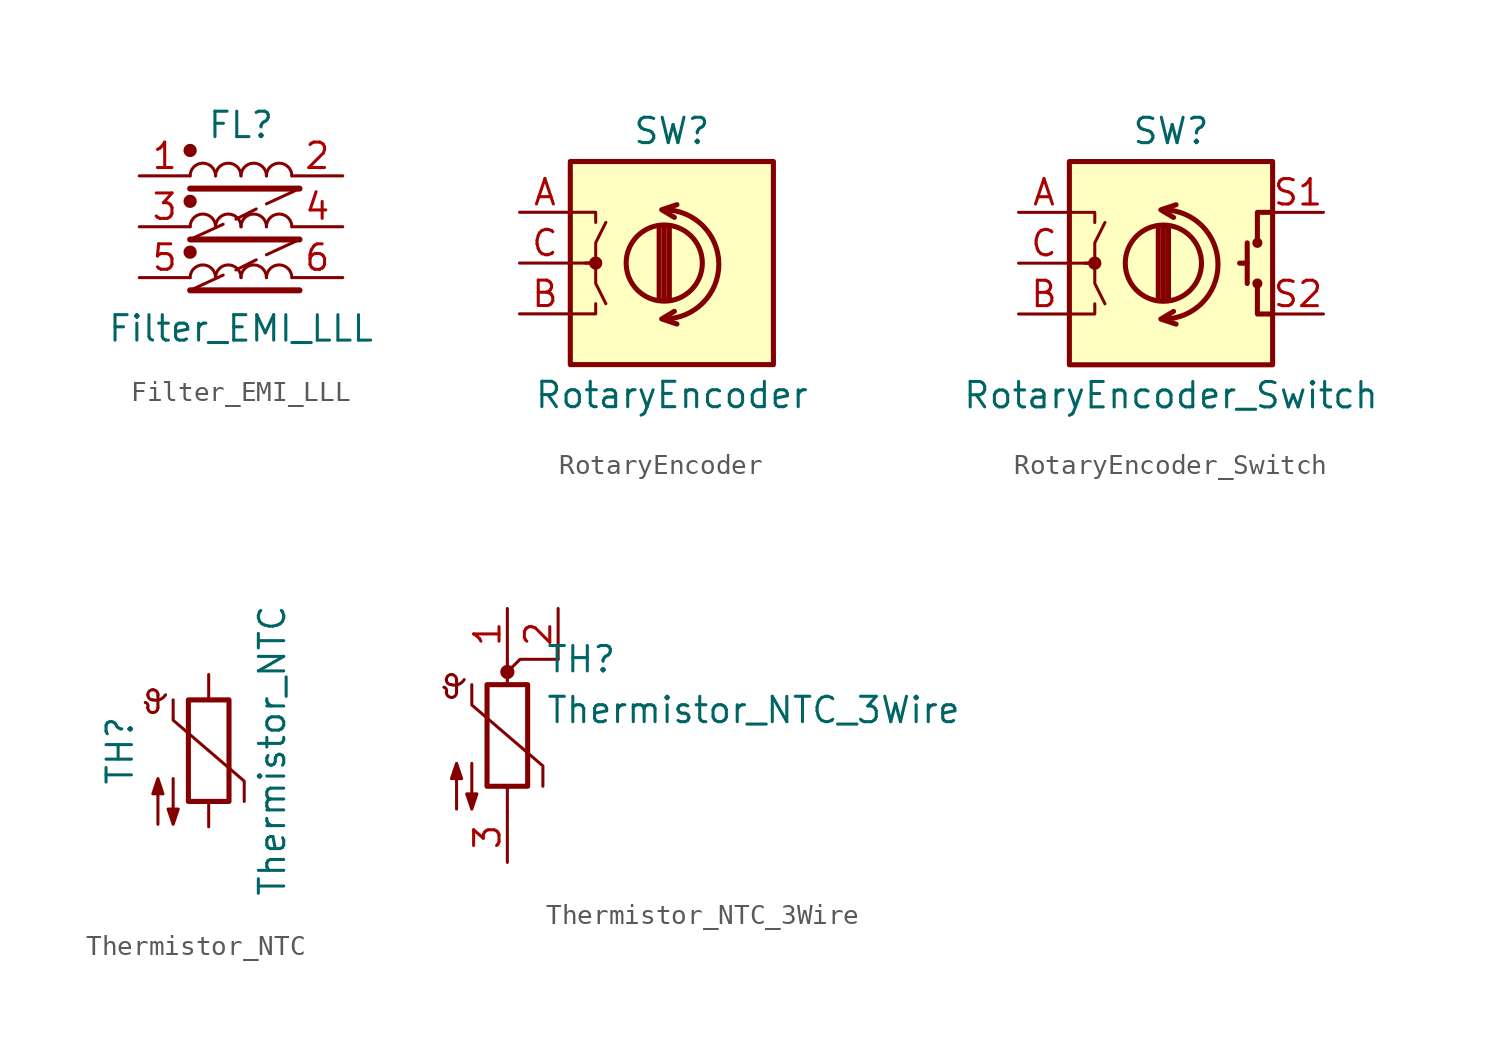
<source format=kicad_sym>
(kicad_symbol_lib
  (version 20211014)
  (generator kicad_symbol_editor)
  (symbol "Filter_EMI_LLL"
    (pin_names hide)
    (property "Reference" "FL"
      (at 0 5.08 0)
      (effects (font (size 1.27 1.27))))
    (property "Value" "Filter_EMI_LLL"
      (at 0 -5.08 0)
      (effects (font (size 1.27 1.27))))
    (symbol "Filter_EMI_LLL_0_1"
      (circle (center -2.54 -1.27) (radius 0.254) (stroke (width 0) (type default) (color 0 0 0 0)) (fill (type outline)))
      (circle (center -2.54 1.27) (radius 0.254) (stroke (width 0) (type default) (color 0 0 0 0)) (fill (type outline)))
      (circle (center -2.54 3.81) (radius 0.254) (stroke (width 0) (type default) (color 0 0 0 0)) (fill (type outline)))
      (arc (start -1.27 -2.54) (mid -1.905 -1.905) (end -2.54 -2.54) (stroke (width 0) (type default) (color 0 0 0 0)) (fill (type none)))
      (arc (start -1.27 0) (mid -1.905 0.635) (end -2.54 0) (stroke (width 0) (type default) (color 0 0 0 0)) (fill (type none)))
      (arc (start -1.27 2.54) (mid -1.905 3.175) (end -2.54 2.54) (stroke (width 0) (type default) (color 0 0 0 0)) (fill (type none)))
      (arc (start 0 -2.54) (mid -0.635 -1.905) (end -1.27 -2.54) (stroke (width 0) (type default) (color 0 0 0 0)) (fill (type none)))
      (arc (start 0 0) (mid -0.635 0.635) (end -1.27 0) (stroke (width 0) (type default) (color 0 0 0 0)) (fill (type none)))
      (polyline (pts (xy -2.54 -3.175) (xy 2.921 -3.175)) (stroke (width 0.3) (type default) (color 0 0 0 0)) (fill (type none)))
      (polyline (pts (xy -2.54 -0.635) (xy 2.921 -0.635)) (stroke (width 0.3) (type default) (color 0 0 0 0)) (fill (type none)))
      (polyline (pts (xy -2.54 1.905) (xy 2.921 1.905)) (stroke (width 0.3) (type default) (color 0 0 0 0)) (fill (type none)))
      (polyline (pts (xy -0.889 -2.413) (xy -2.54 -3.175)) (stroke (width 0.152) (type default) (color 0 0 0 0)) (fill (type none)))
      (polyline (pts (xy -0.889 0.127) (xy -2.54 -0.635)) (stroke (width 0.152) (type default) (color 0 0 0 0)) (fill (type none)))
      (polyline (pts (xy 0.762 -1.651) (xy -0.254 -2.159)) (stroke (width 0.152) (type default) (color 0 0 0 0)) (fill (type none)))
      (polyline (pts (xy 0.762 0.889) (xy -0.254 0.381)) (stroke (width 0.152) (type default) (color 0 0 0 0)) (fill (type none)))
      (polyline (pts (xy 2.921 -0.635) (xy 1.27 -1.397)) (stroke (width 0.152) (type default) (color 0 0 0 0)) (fill (type none)))
      (polyline (pts (xy 2.921 1.905) (xy 1.27 1.143)) (stroke (width 0.152) (type default) (color 0 0 0 0)) (fill (type none)))
      (arc (start 0 2.54) (mid -0.635 3.175) (end -1.27 2.54) (stroke (width 0) (type default) (color 0 0 0 0)) (fill (type none)))
      (arc (start 1.27 -2.54) (mid 0.635 -1.905) (end 0 -2.54) (stroke (width 0) (type default) (color 0 0 0 0)) (fill (type none)))
      (arc (start 1.27 0) (mid 0.635 0.635) (end 0 0) (stroke (width 0) (type default) (color 0 0 0 0)) (fill (type none)))
      (arc (start 1.27 2.54) (mid 0.635 3.175) (end 0 2.54) (stroke (width 0) (type default) (color 0 0 0 0)) (fill (type none)))
      (arc (start 2.54 -2.54) (mid 1.905 -1.905) (end 1.27 -2.54) (stroke (width 0) (type default) (color 0 0 0 0)) (fill (type none)))
      (arc (start 2.54 0) (mid 1.905 0.635) (end 1.27 0) (stroke (width 0) (type default) (color 0 0 0 0)) (fill (type none)))
      (arc (start 2.54 2.54) (mid 1.905 3.175) (end 1.27 2.54) (stroke (width 0) (type default) (color 0 0 0 0)) (fill (type none))))
    (symbol "Filter_EMI_LLL_1_1"
      (pin passive line (at -5.08 2.54 0) (length 2.54) (name "1" (effects (font (size 1.27 1.27)))) (number "1" (effects (font (size 1.27 1.27)))))
      (pin passive line (at 5.08 2.54 180) (length 2.54) (name "2" (effects (font (size 1.27 1.27)))) (number "2" (effects (font (size 1.27 1.27)))))
      (pin passive line (at -5.08 0 0) (length 2.54) (name "3" (effects (font (size 1.27 1.27)))) (number "3" (effects (font (size 1.27 1.27)))))
      (pin passive line (at 5.08 0 180) (length 2.54) (name "4" (effects (font (size 1.27 1.27)))) (number "4" (effects (font (size 1.27 1.27)))))
      (pin passive line (at -5.08 -2.54 0) (length 2.54) (name "5" (effects (font (size 1.27 1.27)))) (number "5" (effects (font (size 1.27 1.27)))))
      (pin passive line (at 5.08 -2.54 180) (length 2.54) (name "6" (effects (font (size 1.27 1.27)))) (number "6" (effects (font (size 1.27 1.27)))))))
  (symbol "RotaryEncoder"
    (pin_names
      (offset 0.254) hide)
    (property "Reference" "SW"
      (at 0 6.604 0)
      (effects (font (size 1.27 1.27))))
    (property "Value" "RotaryEncoder"
      (at 0 -6.604 0)
      (effects (font (size 1.27 1.27))))
    (symbol "RotaryEncoder_0_1"
      (rectangle (start -5.08 5.08) (end 5.08 -5.08) (stroke (width 0.254) (type default) (color 0 0 0 0)) (fill (type background)))
      (circle (center -3.81 0) (radius 0.254) (stroke (width 0) (type default) (color 0 0 0 0)) (fill (type outline)))
      (arc (start -0.381 -2.794) (mid 2.3622 -0.0508) (end -0.381 2.667) (stroke (width 0.254) (type default) (color 0 0 0 0)) (fill (type none)))
      (circle (center -0.381 0) (radius 1.905) (stroke (width 0.254) (type default) (color 0 0 0 0)) (fill (type none)))
      (polyline (pts (xy -0.635 -1.778) (xy -0.635 1.778)) (stroke (width 0.254) (type default) (color 0 0 0 0)) (fill (type none)))
      (polyline (pts (xy -0.381 -1.778) (xy -0.381 1.778)) (stroke (width 0.254) (type default) (color 0 0 0 0)) (fill (type none)))
      (polyline (pts (xy -0.127 1.778) (xy -0.127 -1.778)) (stroke (width 0.254) (type default) (color 0 0 0 0)) (fill (type none)))
      (polyline (pts (xy -5.08 -2.54) (xy -3.81 -2.54) (xy -3.81 -2.032)) (stroke (width 0) (type default) (color 0 0 0 0)) (fill (type none)))
      (polyline (pts (xy -5.08 2.54) (xy -3.81 2.54) (xy -3.81 2.032)) (stroke (width 0) (type default) (color 0 0 0 0)) (fill (type none)))
      (polyline (pts (xy 0.254 -3.048) (xy -0.508 -2.794) (xy 0.127 -2.413)) (stroke (width 0.254) (type default) (color 0 0 0 0)) (fill (type none)))
      (polyline (pts (xy 0.254 2.921) (xy -0.508 2.667) (xy 0.127 2.286)) (stroke (width 0.254) (type default) (color 0 0 0 0)) (fill (type none)))
      (polyline (pts (xy -5.08 0) (xy -3.81 0) (xy -3.81 -1.016) (xy -3.302 -2.032)) (stroke (width 0) (type default) (color 0 0 0 0)) (fill (type none)))
      (polyline (pts (xy -4.318 0) (xy -3.81 0) (xy -3.81 1.016) (xy -3.302 2.032)) (stroke (width 0) (type default) (color 0 0 0 0)) (fill (type none))))
    (symbol "RotaryEncoder_1_1"
      (pin passive line (at -7.62 2.54 0) (length 2.54) (name "A" (effects (font (size 1.27 1.27)))) (number "A" (effects (font (size 1.27 1.27)))))
      (pin passive line (at -7.62 -2.54 0) (length 2.54) (name "B" (effects (font (size 1.27 1.27)))) (number "B" (effects (font (size 1.27 1.27)))))
      (pin passive line (at -7.62 0 0) (length 2.54) (name "C" (effects (font (size 1.27 1.27)))) (number "C" (effects (font (size 1.27 1.27)))))))
  (symbol "RotaryEncoder_Switch"
    (pin_names
      (offset 0.254) hide)
    (property "Reference" "SW"
      (at 0 6.604 0)
      (effects (font (size 1.27 1.27))))
    (property "Value" "RotaryEncoder_Switch"
      (at 0 -6.604 0)
      (effects (font (size 1.27 1.27))))
    (symbol "RotaryEncoder_Switch_0_1"
      (rectangle (start -5.08 5.08) (end 5.08 -5.08) (stroke (width 0.254) (type default) (color 0 0 0 0)) (fill (type background)))
      (circle (center -3.81 0) (radius 0.254) (stroke (width 0) (type default) (color 0 0 0 0)) (fill (type outline)))
      (arc (start -0.381 -2.794) (mid 2.3622 -0.0508) (end -0.381 2.667) (stroke (width 0.254) (type default) (color 0 0 0 0)) (fill (type none)))
      (circle (center -0.381 0) (radius 1.905) (stroke (width 0.254) (type default) (color 0 0 0 0)) (fill (type none)))
      (polyline (pts (xy -0.635 -1.778) (xy -0.635 1.778)) (stroke (width 0.254) (type default) (color 0 0 0 0)) (fill (type none)))
      (polyline (pts (xy -0.381 -1.778) (xy -0.381 1.778)) (stroke (width 0.254) (type default) (color 0 0 0 0)) (fill (type none)))
      (polyline (pts (xy -0.127 1.778) (xy -0.127 -1.778)) (stroke (width 0.254) (type default) (color 0 0 0 0)) (fill (type none)))
      (polyline (pts (xy 3.81 0) (xy 3.429 0)) (stroke (width 0.254) (type default) (color 0 0 0 0)) (fill (type none)))
      (polyline (pts (xy 3.81 1.016) (xy 3.81 -1.016)) (stroke (width 0.254) (type default) (color 0 0 0 0)) (fill (type none)))
      (polyline (pts (xy -5.08 -2.54) (xy -3.81 -2.54) (xy -3.81 -2.032)) (stroke (width 0) (type default) (color 0 0 0 0)) (fill (type none)))
      (polyline (pts (xy -5.08 2.54) (xy -3.81 2.54) (xy -3.81 2.032)) (stroke (width 0) (type default) (color 0 0 0 0)) (fill (type none)))
      (polyline (pts (xy 0.254 -3.048) (xy -0.508 -2.794) (xy 0.127 -2.413)) (stroke (width 0.254) (type default) (color 0 0 0 0)) (fill (type none)))
      (polyline (pts (xy 0.254 2.921) (xy -0.508 2.667) (xy 0.127 2.286)) (stroke (width 0.254) (type default) (color 0 0 0 0)) (fill (type none)))
      (polyline (pts (xy 5.08 -2.54) (xy 4.318 -2.54) (xy 4.318 -1.016)) (stroke (width 0.254) (type default) (color 0 0 0 0)) (fill (type none)))
      (polyline (pts (xy 5.08 2.54) (xy 4.318 2.54) (xy 4.318 1.016)) (stroke (width 0.254) (type default) (color 0 0 0 0)) (fill (type none)))
      (polyline (pts (xy -5.08 0) (xy -3.81 0) (xy -3.81 -1.016) (xy -3.302 -2.032)) (stroke (width 0) (type default) (color 0 0 0 0)) (fill (type none)))
      (polyline (pts (xy -4.318 0) (xy -3.81 0) (xy -3.81 1.016) (xy -3.302 2.032)) (stroke (width 0) (type default) (color 0 0 0 0)) (fill (type none)))
      (circle (center 4.318 -1.016) (radius 0.127) (stroke (width 0.254) (type default) (color 0 0 0 0)) (fill (type none)))
      (circle (center 4.318 1.016) (radius 0.127) (stroke (width 0.254) (type default) (color 0 0 0 0)) (fill (type none))))
    (symbol "RotaryEncoder_Switch_1_1"
      (pin passive line (at -7.62 2.54 0) (length 2.54) (name "A" (effects (font (size 1.27 1.27)))) (number "A" (effects (font (size 1.27 1.27)))))
      (pin passive line (at -7.62 -2.54 0) (length 2.54) (name "B" (effects (font (size 1.27 1.27)))) (number "B" (effects (font (size 1.27 1.27)))))
      (pin passive line (at -7.62 0 0) (length 2.54) (name "C" (effects (font (size 1.27 1.27)))) (number "C" (effects (font (size 1.27 1.27)))))
      (pin passive line (at 7.62 2.54 180) (length 2.54) (name "S1" (effects (font (size 1.27 1.27)))) (number "S1" (effects (font (size 1.27 1.27)))))
      (pin passive line (at 7.62 -2.54 180) (length 2.54) (name "S2" (effects (font (size 1.27 1.27)))) (number "S2" (effects (font (size 1.27 1.27)))))))
  (symbol "Thermistor_NTC"
    (pin_numbers hide)
    (pin_names
      (offset 0))
    (property "Reference" "TH"
      (at -4.445 0 90)
      (effects (font (size 1.27 1.27))))
    (property "Value" "Thermistor_NTC"
      (at 3.175 0 90)
      (effects (font (size 1.27 1.27))))
    (symbol "Thermistor_NTC_0_1"
      (arc (start -3.048 2.159) (mid -3.0495 2.3143) (end -3.175 2.413) (stroke (width 0) (type default) (color 0 0 0 0)) (fill (type none)))
      (arc (start -3.048 2.159) (mid -2.9736 1.9794) (end -2.794 1.905) (stroke (width 0) (type default) (color 0 0 0 0)) (fill (type none)))
      (arc (start -3.048 2.794) (mid -2.9736 2.6144) (end -2.794 2.54) (stroke (width 0) (type default) (color 0 0 0 0)) (fill (type none)))
      (arc (start -2.794 1.905) (mid -2.6144 1.9794) (end -2.54 2.159) (stroke (width 0) (type default) (color 0 0 0 0)) (fill (type none)))
      (arc (start -2.794 2.54) (mid -2.4393 2.5587) (end -2.159 2.794) (stroke (width 0) (type default) (color 0 0 0 0)) (fill (type none)))
      (arc (start -2.794 3.048) (mid -2.9736 2.9736) (end -3.048 2.794) (stroke (width 0) (type default) (color 0 0 0 0)) (fill (type none)))
      (arc (start -2.54 2.794) (mid -2.6144 2.9736) (end -2.794 3.048) (stroke (width 0) (type default) (color 0 0 0 0)) (fill (type none)))
      (rectangle (start -1.016 2.54) (end 1.016 -2.54) (stroke (width 0.254) (type default) (color 0 0 0 0)) (fill (type none)))
      (polyline (pts (xy -2.54 2.159) (xy -2.54 2.794)) (stroke (width 0) (type default) (color 0 0 0 0)) (fill (type none)))
      (polyline (pts (xy -1.778 2.54) (xy -1.778 1.524) (xy 1.778 -1.524) (xy 1.778 -2.54)) (stroke (width 0) (type default) (color 0 0 0 0)) (fill (type none)))
      (polyline (pts (xy -2.54 -3.683) (xy -2.54 -1.397) (xy -2.794 -2.159) (xy -2.286 -2.159) (xy -2.54 -1.397) (xy -2.54 -1.651)) (stroke (width 0) (type default) (color 0 0 0 0)) (fill (type outline)))
      (polyline (pts (xy -1.778 -1.397) (xy -1.778 -3.683) (xy -2.032 -2.921) (xy -1.524 -2.921) (xy -1.778 -3.683) (xy -1.778 -3.429)) (stroke (width 0) (type default) (color 0 0 0 0)) (fill (type outline))))
    (symbol "Thermistor_NTC_1_1"
      (pin passive line (at 0 3.81 270) (length 1.27) (name "~" (effects (font (size 1.27 1.27)))) (number "1" (effects (font (size 1.27 1.27)))))
      (pin passive line (at 0 -3.81 90) (length 1.27) (name "~" (effects (font (size 1.27 1.27)))) (number "2" (effects (font (size 1.27 1.27)))))))
  (symbol "Thermistor_NTC_3Wire"
    (pin_names
      (offset 0))
    (property "Reference" "TH"
      (at 1.905 3.81 0)
      (effects (font (size 1.27 1.27)) (justify left)))
    (property "Value" "Thermistor_NTC_3Wire"
      (at 1.905 1.27 0)
      (effects (font (size 1.27 1.27)) (justify left)))
    (symbol "Thermistor_NTC_3Wire_0_1"
      (arc (start -3.048 2.159) (mid -3.0495 2.3143) (end -3.175 2.413) (stroke (width 0) (type default) (color 0 0 0 0)) (fill (type none)))
      (arc (start -3.048 2.159) (mid -2.9736 1.9794) (end -2.794 1.905) (stroke (width 0) (type default) (color 0 0 0 0)) (fill (type none)))
      (arc (start -3.048 2.794) (mid -2.9736 2.6144) (end -2.794 2.54) (stroke (width 0) (type default) (color 0 0 0 0)) (fill (type none)))
      (arc (start -2.794 1.905) (mid -2.6144 1.9794) (end -2.54 2.159) (stroke (width 0) (type default) (color 0 0 0 0)) (fill (type none)))
      (arc (start -2.794 2.54) (mid -2.4393 2.5587) (end -2.159 2.794) (stroke (width 0) (type default) (color 0 0 0 0)) (fill (type none)))
      (arc (start -2.794 3.048) (mid -2.9736 2.9736) (end -3.048 2.794) (stroke (width 0) (type default) (color 0 0 0 0)) (fill (type none)))
      (arc (start -2.54 2.794) (mid -2.6144 2.9736) (end -2.794 3.048) (stroke (width 0) (type default) (color 0 0 0 0)) (fill (type none)))
      (rectangle (start -1.016 2.54) (end 1.016 -2.54) (stroke (width 0.254) (type default) (color 0 0 0 0)) (fill (type none)))
      (polyline (pts (xy -2.54 2.159) (xy -2.54 2.794)) (stroke (width 0) (type default) (color 0 0 0 0)) (fill (type none)))
      (polyline (pts (xy 0 -3.81) (xy 0 -2.54)) (stroke (width 0) (type default) (color 0 0 0 0)) (fill (type none)))
      (polyline (pts (xy 0 3.81) (xy 0 2.54)) (stroke (width 0) (type default) (color 0 0 0 0)) (fill (type none)))
      (polyline (pts (xy 2.54 3.81) (xy 0.635 3.81) (xy 0 3.175)) (stroke (width 0) (type default) (color 0 0 0 0)) (fill (type none)))
      (polyline (pts (xy -1.778 2.54) (xy -1.778 1.524) (xy 1.778 -1.524) (xy 1.778 -2.54)) (stroke (width 0) (type default) (color 0 0 0 0)) (fill (type none)))
      (polyline (pts (xy -2.54 -3.683) (xy -2.54 -1.397) (xy -2.794 -2.159) (xy -2.286 -2.159) (xy -2.54 -1.397) (xy -2.54 -1.651)) (stroke (width 0) (type default) (color 0 0 0 0)) (fill (type outline)))
      (polyline (pts (xy -1.778 -1.397) (xy -1.778 -3.683) (xy -2.032 -2.921) (xy -1.524 -2.921) (xy -1.778 -3.683) (xy -1.778 -3.429)) (stroke (width 0) (type default) (color 0 0 0 0)) (fill (type outline)))
      (circle (center 0 3.175) (radius 0.279) (stroke (width 0) (type default) (color 0 0 0 0)) (fill (type outline))))
    (symbol "Thermistor_NTC_3Wire_1_1"
      (pin passive line (at 0 6.35 270) (length 2.54) (name "~" (effects (font (size 1.27 1.27)))) (number "1" (effects (font (size 1.27 1.27)))))
      (pin passive line (at 2.54 6.35 270) (length 2.54) (name "~" (effects (font (size 1.27 1.27)))) (number "2" (effects (font (size 1.27 1.27)))))
      (pin passive line (at 0 -6.35 90) (length 2.54) (name "~" (effects (font (size 1.27 1.27)))) (number "3" (effects (font (size 1.27 1.27))))))))
</source>
